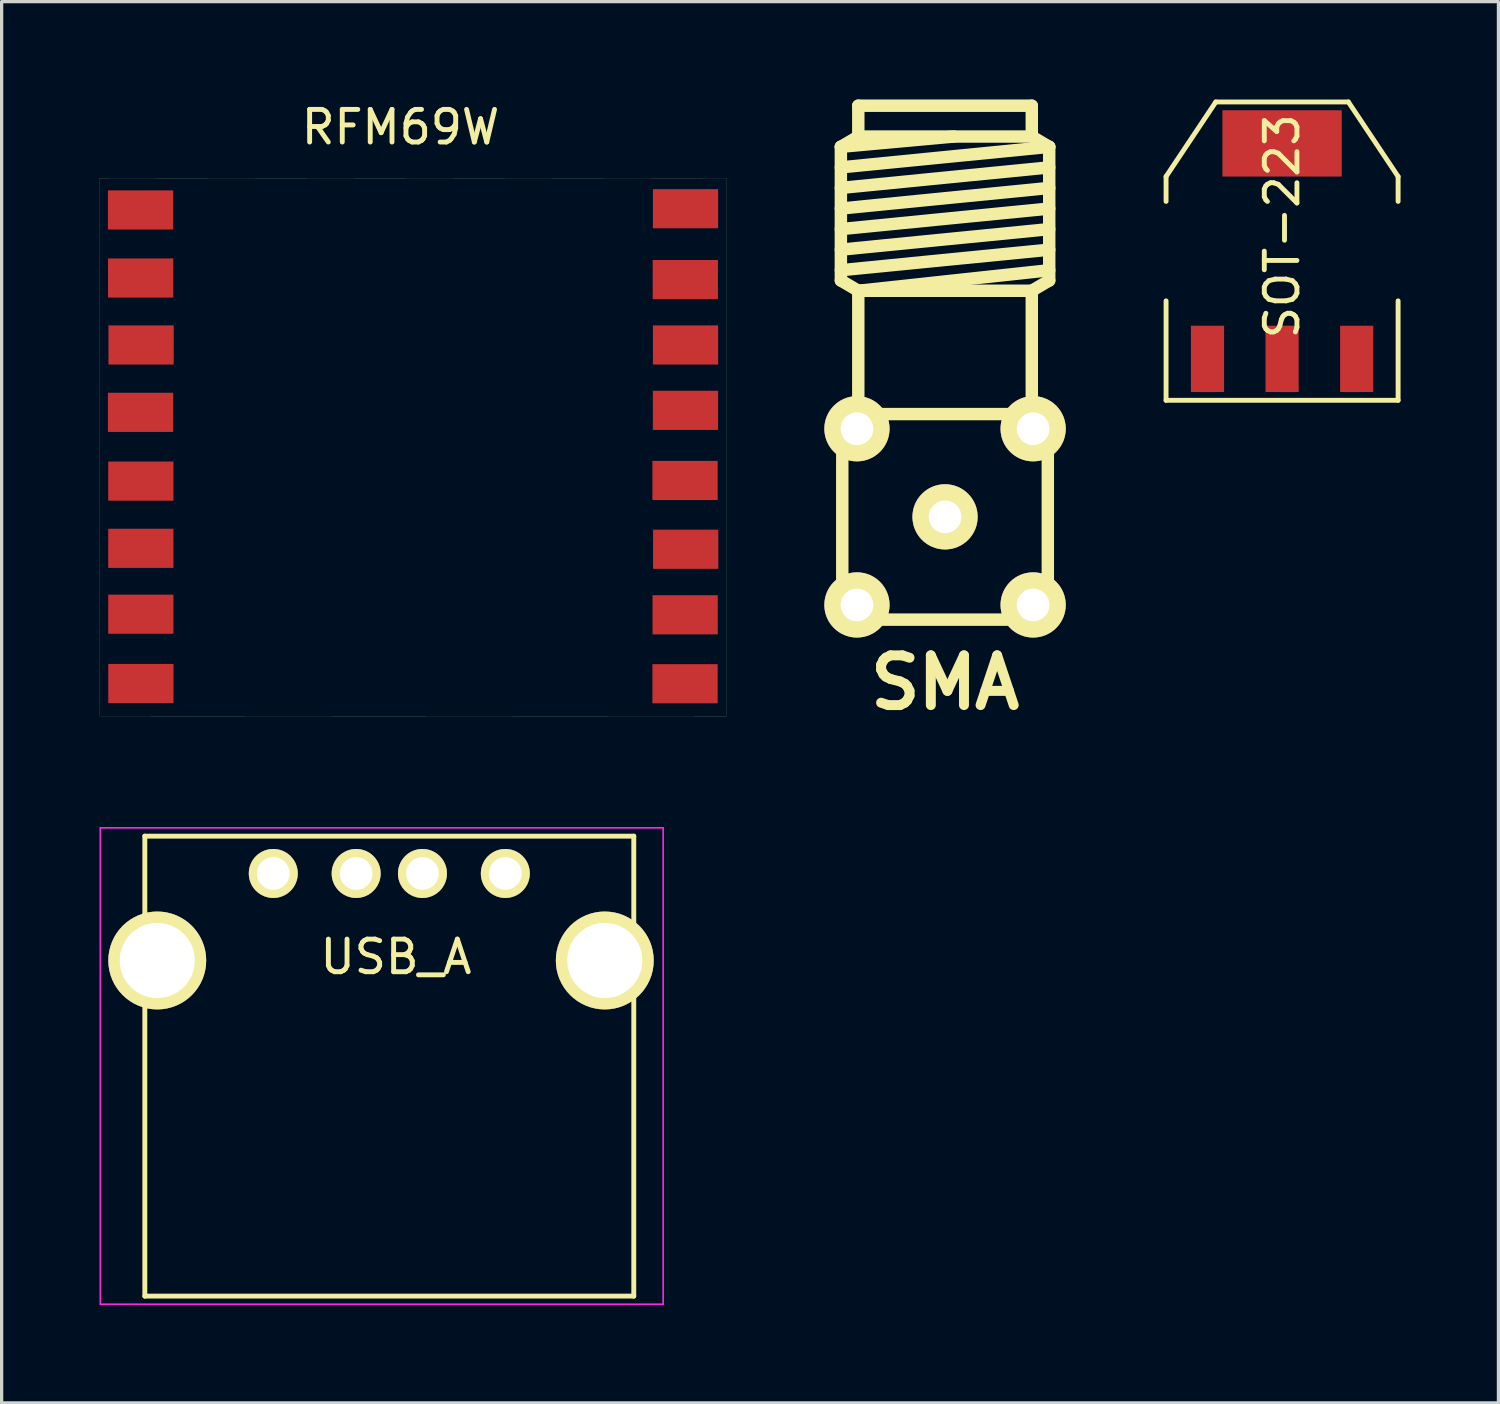
<source format=kicad_pcb>
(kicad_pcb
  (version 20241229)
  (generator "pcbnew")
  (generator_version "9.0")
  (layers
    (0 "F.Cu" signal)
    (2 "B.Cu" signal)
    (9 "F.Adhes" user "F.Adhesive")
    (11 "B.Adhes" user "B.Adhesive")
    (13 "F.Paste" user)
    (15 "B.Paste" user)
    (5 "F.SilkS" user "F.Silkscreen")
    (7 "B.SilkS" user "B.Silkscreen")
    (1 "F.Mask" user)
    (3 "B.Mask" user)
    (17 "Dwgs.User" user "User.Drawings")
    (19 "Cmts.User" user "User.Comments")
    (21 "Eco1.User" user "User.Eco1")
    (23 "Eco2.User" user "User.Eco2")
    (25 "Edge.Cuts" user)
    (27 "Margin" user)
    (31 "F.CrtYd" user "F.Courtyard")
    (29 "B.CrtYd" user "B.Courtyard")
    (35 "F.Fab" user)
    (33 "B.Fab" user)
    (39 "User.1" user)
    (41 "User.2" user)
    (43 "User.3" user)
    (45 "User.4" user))
  (footprint "RFM69W"
    (layer "F.Cu")
    (at 9.239 11.592)
    (property "Reference" "RFM69W" (at -0.013 -10.744 0) (layer "F.SilkS") (effects (font (size 1 1) (thickness 0.15))))
    (attr through_hole)
    (fp_line (start -9.238 -9.182) (end 9.97 -9.169) (stroke (width 0.003) (type solid)) (layer "F.SilkS"))
    (fp_line (start -9.238 -9.06) (end -9.233 7.29) (stroke (width 0.003) (type solid)) (layer "F.SilkS"))
    (fp_line (start -9.238 -9.053) (end -9.238 -9.182) (stroke (width 0.003) (type solid)) (layer "F.SilkS"))
    (fp_line (start -9.228 7.308) (end 9.975 7.315) (stroke (width 0.003) (type solid)) (layer "F.SilkS"))
    (fp_line (start 9.975 7.315) (end 9.972 -9.187) (stroke (width 0.003) (type solid)) (layer "F.SilkS"))
    (pad "1" smd rect (at -7.981 -8.207) (size 2 1.2) (layers "F.Cu" "F.Mask" "F.Paste"))
    (pad "2" smd rect (at -7.978 -6.121) (size 2 1.2) (layers "F.Cu" "F.Mask" "F.Paste"))
    (pad "3" smd rect (at -7.965 -4.069) (size 2 1.2) (layers "F.Cu" "F.Mask" "F.Paste"))
    (pad "4" smd rect (at -7.981 -2.004) (size 2 1.2) (layers "F.Cu" "F.Mask" "F.Paste"))
    (pad "5" smd rect (at -7.973 0.104) (size 2 1.2) (layers "F.Cu" "F.Mask" "F.Paste"))
    (pad "6" smd rect (at -7.973 2.164) (size 2 1.2) (layers "F.Cu" "F.Mask" "F.Paste"))
    (pad "7" smd rect (at -7.973 4.183) (size 2 1.2) (layers "F.Cu" "F.Mask" "F.Paste"))
    (pad "8" smd rect (at -7.971 6.307) (size 2 1.2) (layers "F.Cu" "F.Mask" "F.Paste"))
    (pad "9" smd rect (at 8.707 6.314) (size 2 1.2) (layers "F.Cu" "F.Mask" "F.Paste"))
    (pad "10" smd rect (at 8.71 4.201) (size 2 1.2) (layers "F.Cu" "F.Mask" "F.Paste"))
    (pad "11" smd rect (at 8.727 2.192) (size 2 1.2) (layers "F.Cu" "F.Mask" "F.Paste"))
    (pad "12" smd rect (at 8.707 0.084) (size 2 1.2) (layers "F.Cu" "F.Mask" "F.Paste"))
    (pad "13" smd rect (at 8.72 -2.065) (size 2 1.2) (layers "F.Cu" "F.Mask" "F.Paste"))
    (pad "14" smd rect (at 8.722 -4.069) (size 2 1.2) (layers "F.Cu" "F.Mask" "F.Paste"))
    (pad "15" smd rect (at 8.715 -6.073) (size 2 1.2) (layers "F.Cu" "F.Mask" "F.Paste"))
    (pad "16" smd rect (at 8.722 -8.245) (size 2 1.2) (layers "F.Cu" "F.Mask" "F.Paste")))
  (footprint "USB_A"
    (layer "F.Cu")
    (at 5.325 23.723)
    (property "Reference" "USB_A" (at 3.761 2.555 0) (layer "F.SilkS") (effects (font (size 1 1) (thickness 0.15))))
    (attr through_hole)
    (fp_line (start -3.936 12.952) (end -3.936 -1.145) (stroke (width 0.15) (type solid)) (layer "F.SilkS"))
    (fp_line (start 11.05 -1.145) (end -3.936 -1.145) (stroke (width 0.15) (type solid)) (layer "F.SilkS"))
    (fp_line (start 11.05 -1.145) (end 11.05 12.952) (stroke (width 0.15) (type solid)) (layer "F.SilkS"))
    (fp_line (start 11.05 12.952) (end -3.936 12.952) (stroke (width 0.15) (type solid)) (layer "F.SilkS"))
    (fp_line (start -5.3 -1.4) (end 11.95 -1.4) (stroke (width 0.05) (type solid)) (layer "F.CrtYd"))
    (fp_line (start -5.3 13.2) (end -5.3 -1.4) (stroke (width 0.05) (type solid)) (layer "F.CrtYd"))
    (fp_line (start -5.3 13.2) (end 11.95 13.2) (stroke (width 0.05) (type solid)) (layer "F.CrtYd"))
    (fp_line (start 11.95 -1.4) (end 11.95 13.2) (stroke (width 0.05) (type solid)) (layer "F.CrtYd"))
    (pad "1" thru_hole circle (at 0.001 -0.002 270) (size 1.501 1.501) (drill 1.001) (layers "*.Cu" "*.Mask" "F.SilkS"))
    (pad "2" thru_hole circle (at 2.541 -0.002 270) (size 1.501 1.501) (drill 1.001) (layers "*.Cu" "*.Mask" "F.SilkS"))
    (pad "3" thru_hole circle (at 4.573 -0.002 270) (size 1.501 1.501) (drill 1.001) (layers "*.Cu" "*.Mask" "F.SilkS"))
    (pad "4" thru_hole circle (at 7.113 -0.002 270) (size 1.501 1.501) (drill 1.001) (layers "*.Cu" "*.Mask" "F.SilkS"))
    (pad "5" thru_hole circle (at -3.555 2.665 270) (size 3 3) (drill 2.301) (layers "*.Cu" "*.Mask" "F.SilkS"))
    (pad "5" thru_hole circle (at 10.161 2.665 270) (size 3 3) (drill 2.301) (layers "*.Cu" "*.Mask" "F.SilkS")))
  (footprint "SMA"
    (layer "F.Cu")
    (at 25.915 12.791)
    (property "Reference" "SMA" (at 0 5.08 0) (layer "F.SilkS") (effects (font (size 1.524 1.524) (thickness 0.305))))
    (attr through_hole)
    (fp_line (start -3.193 -11.341) (end -2.659 -11.656) (stroke (width 0.381) (type solid)) (layer "F.SilkS"))
    (fp_line (start -3.193 -11.341) (end 0.267 -11.656) (stroke (width 0.381) (type solid)) (layer "F.SilkS"))
    (fp_line (start -3.193 -10.711) (end 3.193 -11.341) (stroke (width 0.381) (type solid)) (layer "F.SilkS"))
    (fp_line (start -3.193 -10.081) (end 3.193 -10.711) (stroke (width 0.381) (type solid)) (layer "F.SilkS"))
    (fp_line (start -3.193 -9.449) (end 3.193 -10.081) (stroke (width 0.381) (type solid)) (layer "F.SilkS"))
    (fp_line (start -3.193 -8.819) (end 3.193 -9.449) (stroke (width 0.381) (type solid)) (layer "F.SilkS"))
    (fp_line (start -3.193 -8.189) (end 3.193 -8.819) (stroke (width 0.381) (type solid)) (layer "F.SilkS"))
    (fp_line (start -3.193 -7.559) (end 3.193 -8.189) (stroke (width 0.381) (type solid)) (layer "F.SilkS"))
    (fp_line (start -3.193 -7.244) (end -3.193 -11.341) (stroke (width 0.381) (type solid)) (layer "F.SilkS"))
    (fp_line (start -3.15 -3.15) (end 3.15 -3.15) (stroke (width 0.381) (type solid)) (layer "F.SilkS"))
    (fp_line (start -3.15 3.15) (end -3.15 -3.15) (stroke (width 0.381) (type solid)) (layer "F.SilkS"))
    (fp_line (start -2.659 -11.656) (end -2.659 -12.601) (stroke (width 0.381) (type solid)) (layer "F.SilkS"))
    (fp_line (start -2.659 -11.656) (end 2.659 -11.656) (stroke (width 0.381) (type solid)) (layer "F.SilkS"))
    (fp_line (start -2.659 -6.929) (end -3.193 -7.244) (stroke (width 0.381) (type solid)) (layer "F.SilkS"))
    (fp_line (start -2.659 -3.15) (end -2.659 -6.929) (stroke (width 0.381) (type solid)) (layer "F.SilkS"))
    (fp_line (start 2.659 -12.601) (end -2.659 -12.601) (stroke (width 0.381) (type solid)) (layer "F.SilkS"))
    (fp_line (start 2.659 -11.656) (end 2.659 -12.601) (stroke (width 0.381) (type solid)) (layer "F.SilkS"))
    (fp_line (start 2.659 -11.656) (end 3.193 -11.341) (stroke (width 0.381) (type solid)) (layer "F.SilkS"))
    (fp_line (start 2.659 -6.929) (end -2.659 -6.929) (stroke (width 0.381) (type solid)) (layer "F.SilkS"))
    (fp_line (start 2.659 -3.15) (end 2.659 -6.929) (stroke (width 0.381) (type solid)) (layer "F.SilkS"))
    (fp_line (start 3.15 -3.15) (end 3.15 3.15) (stroke (width 0.381) (type solid)) (layer "F.SilkS"))
    (fp_line (start 3.15 3.15) (end -3.15 3.15) (stroke (width 0.381) (type solid)) (layer "F.SilkS"))
    (fp_line (start 3.193 -11.341) (end 3.193 -7.244) (stroke (width 0.381) (type solid)) (layer "F.SilkS"))
    (fp_line (start 3.193 -7.559) (end -2.659 -6.929) (stroke (width 0.381) (type solid)) (layer "F.SilkS"))
    (fp_line (start 3.193 -7.244) (end 2.659 -6.929) (stroke (width 0.381) (type solid)) (layer "F.SilkS"))
    (pad "1" thru_hole circle (at 0 0) (size 1.999 1.999) (drill 1.001) (layers "*.Cu" "*.Mask" "F.SilkS"))
    (pad "2" thru_hole circle (at -2.7 -2.7) (size 1.999 1.999) (drill 1.001) (layers "*.Cu" "*.Mask" "F.SilkS"))
    (pad "3" thru_hole circle (at 2.7 -2.7) (size 1.999 1.999) (drill 1.001) (layers "*.Cu" "*.Mask" "F.SilkS"))
    (pad "4" thru_hole circle (at 2.7 2.7) (size 1.999 1.999) (drill 1.001) (layers "*.Cu" "*.Mask" "F.SilkS"))
    (pad "5" thru_hole circle (at -2.7 2.7) (size 1.999 1.999) (drill 1.001) (layers "*.Cu" "*.Mask" "F.SilkS")))
  (footprint "SOT-223"
    (layer "F.Cu")
    (at 36.245 4.647)
    (property "Reference" "SOT-223" (at 0 -0.762 90) (layer "F.SilkS") (effects (font (size 1 1) (thickness 0.15))))
    (attr smd)
    (fp_line (start -3.556 -2.286) (end -2.032 -4.572) (stroke (width 0.15) (type solid)) (layer "F.SilkS"))
    (fp_line (start -3.556 -1.524) (end -3.556 -2.286) (stroke (width 0.15) (type solid)) (layer "F.SilkS"))
    (fp_line (start -3.556 1.524) (end -3.556 4.572) (stroke (width 0.15) (type solid)) (layer "F.SilkS"))
    (fp_line (start -3.556 4.572) (end 3.556 4.572) (stroke (width 0.15) (type solid)) (layer "F.SilkS"))
    (fp_line (start -2.032 -4.572) (end 2.032 -4.572) (stroke (width 0.15) (type solid)) (layer "F.SilkS"))
    (fp_line (start 2.032 -4.572) (end 3.556 -2.286) (stroke (width 0.15) (type solid)) (layer "F.SilkS"))
    (fp_line (start 3.556 -2.286) (end 3.556 -1.524) (stroke (width 0.15) (type solid)) (layer "F.SilkS"))
    (fp_line (start 3.556 4.572) (end 3.556 1.524) (stroke (width 0.15) (type solid)) (layer "F.SilkS"))
    (pad "1" smd rect (at -2.286 3.302) (size 1.016 2.032) (layers "F.Cu" "F.Mask" "F.Paste"))
    (pad "2" smd rect (at 0 3.302) (size 1.016 2.032) (layers "F.Cu" "F.Mask" "F.Paste"))
    (pad "3" smd rect (at 2.286 3.302) (size 1.016 2.032) (layers "F.Cu" "F.Mask" "F.Paste"))
    (pad "4" smd rect (at 0 -3.302) (size 3.658 2.032) (layers "F.Cu" "F.Mask" "F.Paste")))
  (gr_rect
    (start -3 -3)
    (end 42.876 39.948)
    (stroke (width 0.1) (type default))
    (fill no)
    (layer "Edge.Cuts")))
</source>
